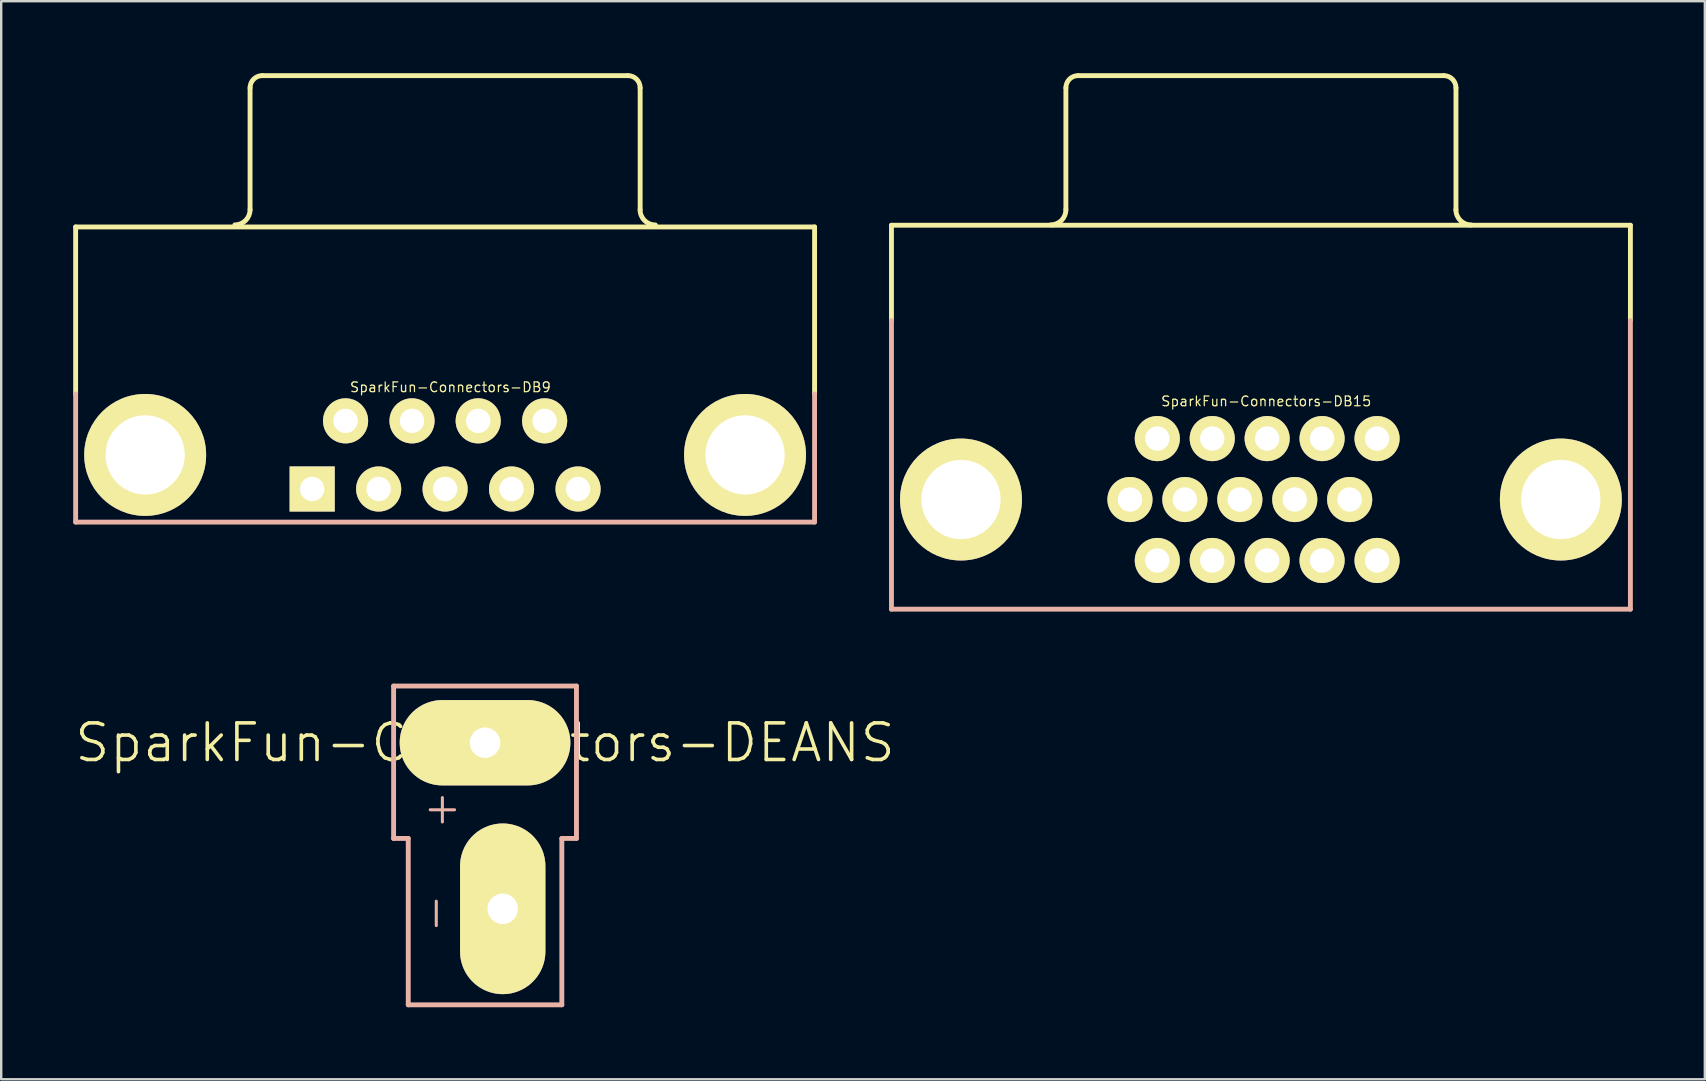
<source format=kicad_pcb>
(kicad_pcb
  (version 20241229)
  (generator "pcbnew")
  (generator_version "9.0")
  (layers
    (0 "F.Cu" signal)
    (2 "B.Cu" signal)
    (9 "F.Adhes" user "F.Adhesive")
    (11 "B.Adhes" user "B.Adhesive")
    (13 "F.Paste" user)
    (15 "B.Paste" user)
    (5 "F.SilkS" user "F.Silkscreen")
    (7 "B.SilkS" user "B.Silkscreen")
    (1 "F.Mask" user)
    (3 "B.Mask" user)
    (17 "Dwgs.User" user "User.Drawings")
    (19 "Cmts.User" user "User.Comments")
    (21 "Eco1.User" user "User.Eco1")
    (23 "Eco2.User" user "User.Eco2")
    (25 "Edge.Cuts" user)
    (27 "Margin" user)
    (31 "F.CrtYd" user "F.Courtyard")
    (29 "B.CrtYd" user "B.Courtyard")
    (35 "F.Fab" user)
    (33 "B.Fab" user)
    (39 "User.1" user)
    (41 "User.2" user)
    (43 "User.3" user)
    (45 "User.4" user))
  (footprint "SparkFun-Connectors-DEANS"
    (layer "F.Cu")
    (at 17.163 27.902)
    (property "Reference" "SparkFun-Connectors-DEANS" (at 0 0 0) (layer "F.SilkS") (effects (font (size 1.524 1.524) (thickness 0.15))))
    (attr exclude_from_pos_files exclude_from_bom)
    (fp_line (start -2.845 -0.686) (end 2.845 -0.686) (stroke (width 0.127) (type solid)) (layer "F.SilkS"))
    (fp_line (start -2.845 0.686) (end -2.845 -0.686) (stroke (width 0.127) (type solid)) (layer "F.SilkS"))
    (fp_line (start 0.051 4.064) (end 1.422 4.064) (stroke (width 0.127) (type solid)) (layer "F.SilkS"))
    (fp_line (start 0.051 9.754) (end 0.051 4.064) (stroke (width 0.127) (type solid)) (layer "F.SilkS"))
    (fp_line (start 0.051 9.754) (end 1.422 9.754) (stroke (width 0.127) (type solid)) (layer "F.SilkS"))
    (fp_line (start 1.422 4.064) (end 1.422 9.754) (stroke (width 0.127) (type solid)) (layer "F.SilkS"))
    (fp_line (start 2.845 0.686) (end -2.845 0.686) (stroke (width 0.127) (type solid)) (layer "F.SilkS"))
    (fp_line (start 2.845 0.686) (end 2.845 -0.686) (stroke (width 0.127) (type solid)) (layer "F.SilkS"))
    (fp_line (start -3.81 -2.362) (end 3.81 -2.362) (stroke (width 0.203) (type solid)) (layer "B.SilkS"))
    (fp_line (start -3.81 3.988) (end -3.81 -2.362) (stroke (width 0.203) (type solid)) (layer "B.SilkS"))
    (fp_line (start -3.81 3.988) (end -3.2 3.988) (stroke (width 0.203) (type solid)) (layer "B.SilkS"))
    (fp_line (start -3.2 10.922) (end -3.2 3.988) (stroke (width 0.203) (type solid)) (layer "B.SilkS"))
    (fp_line (start -3.2 10.922) (end 3.2 10.922) (stroke (width 0.203) (type solid)) (layer "B.SilkS"))
    (fp_line (start -2.286 2.794) (end -1.27 2.794) (stroke (width 0.127) (type solid)) (layer "B.SilkS"))
    (fp_line (start -2.032 7.62) (end -2.032 6.604) (stroke (width 0.127) (type solid)) (layer "B.SilkS"))
    (fp_line (start -1.778 2.286) (end -1.778 3.302) (stroke (width 0.127) (type solid)) (layer "B.SilkS"))
    (fp_line (start 3.2 3.988) (end 3.81 3.988) (stroke (width 0.203) (type solid)) (layer "B.SilkS"))
    (fp_line (start 3.2 10.922) (end 3.2 3.988) (stroke (width 0.203) (type solid)) (layer "B.SilkS"))
    (fp_line (start 3.81 3.988) (end 3.81 -2.362) (stroke (width 0.203) (type solid)) (layer "B.SilkS"))
    (pad "+" thru_hole oval (at 0 0 90) (size 3.556 7.112) (drill 1.27) (layers "*.Cu" "F.Mask" "F.SilkS" "F.Paste"))
    (pad "-" thru_hole oval (at 0.737 6.921 180) (size 3.556 7.112) (drill 1.27) (layers "*.Cu" "F.Mask" "F.SilkS" "F.Paste")))
  (footprint "SparkFun-Connectors-DB15"
    (layer "F.Cu")
    (at 49.497 12.687)
    (property "Reference" "SparkFun-Connectors-DB15" (at 0.221 0.986 0) (layer "F.SilkS") (effects (font (size 0.406 0.406) (thickness 0.051))))
    (attr exclude_from_pos_files exclude_from_bom)
    (fp_line (start -15.397 -6.35) (end 15.397 -6.35) (stroke (width 0.203) (type solid)) (layer "F.SilkS"))
    (fp_line (start -15.397 -2.38) (end -15.397 -6.35) (stroke (width 0.203) (type solid)) (layer "F.SilkS"))
    (fp_line (start -8.128 -6.998) (end -8.128 -12.078) (stroke (width 0.203) (type solid)) (layer "F.SilkS"))
    (fp_line (start -7.62 -12.586) (end 7.62 -12.586) (stroke (width 0.203) (type solid)) (layer "F.SilkS"))
    (fp_line (start 8.128 -6.998) (end 8.128 -12.078) (stroke (width 0.203) (type solid)) (layer "F.SilkS"))
    (fp_line (start 15.397 -2.38) (end 15.397 -6.35) (stroke (width 0.203) (type solid)) (layer "F.SilkS"))
    (fp_arc (start -8.128 -12.0777) (mid -7.97921 -12.43691) (end -7.62 -12.5857) (stroke (width 0.2032) (type solid)) (layer "F.SilkS"))
    (fp_arc (start -8.128 -6.9977) (mid -8.313243 -6.550483) (end -8.76046 -6.36524) (stroke (width 0.2032) (type solid)) (layer "F.SilkS"))
    (fp_arc (start 7.62 -12.5857) (mid 7.97921 -12.43691) (end 8.128 -12.0777) (stroke (width 0.2032) (type solid)) (layer "F.SilkS"))
    (fp_arc (start 8.76046 -6.3627) (mid 8.311447 -6.548687) (end 8.12546 -6.9977) (stroke (width 0.2032) (type solid)) (layer "F.SilkS"))
    (fp_line (start -15.397 9.649) (end -15.397 -2.38) (stroke (width 0.203) (type solid)) (layer "B.SilkS"))
    (fp_line (start -15.397 9.649) (end 15.397 9.649) (stroke (width 0.203) (type solid)) (layer "B.SilkS"))
    (fp_line (start 15.397 9.649) (end 15.397 -2.38) (stroke (width 0.203) (type solid)) (layer "B.SilkS"))
    (pad "1" thru_hole circle (at -4.318 7.62) (size 1.88 1.88) (drill 1.016) (layers "*.Cu" "F.Mask" "F.SilkS" "F.Paste"))
    (pad "2" thru_hole circle (at -2.029 7.62) (size 1.88 1.88) (drill 1.016) (layers "*.Cu" "F.Mask" "F.SilkS" "F.Paste"))
    (pad "3" thru_hole circle (at 0.259 7.62) (size 1.88 1.88) (drill 1.016) (layers "*.Cu" "F.Mask" "F.SilkS" "F.Paste"))
    (pad "4" thru_hole circle (at 2.548 7.62) (size 1.88 1.88) (drill 1.016) (layers "*.Cu" "F.Mask" "F.SilkS" "F.Paste"))
    (pad "5" thru_hole circle (at 4.839 7.62) (size 1.88 1.88) (drill 1.016) (layers "*.Cu" "F.Mask" "F.SilkS" "F.Paste"))
    (pad "6" thru_hole circle (at -5.458 5.08) (size 1.88 1.88) (drill 1.016) (layers "*.Cu" "F.Mask" "F.SilkS" "F.Paste"))
    (pad "7" thru_hole circle (at -3.17 5.08) (size 1.88 1.88) (drill 1.016) (layers "*.Cu" "F.Mask" "F.SilkS" "F.Paste"))
    (pad "8" thru_hole circle (at -0.879 5.08) (size 1.88 1.88) (drill 1.016) (layers "*.Cu" "F.Mask" "F.SilkS" "F.Paste"))
    (pad "9" thru_hole circle (at 1.41 5.08) (size 1.88 1.88) (drill 1.016) (layers "*.Cu" "F.Mask" "F.SilkS" "F.Paste"))
    (pad "10" thru_hole circle (at 3.698 5.08) (size 1.88 1.88) (drill 1.016) (layers "*.Cu" "F.Mask" "F.SilkS" "F.Paste"))
    (pad "11" thru_hole circle (at -4.318 2.54) (size 1.88 1.88) (drill 1.016) (layers "*.Cu" "F.Mask" "F.SilkS" "F.Paste"))
    (pad "12" thru_hole circle (at -2.029 2.54) (size 1.88 1.88) (drill 1.016) (layers "*.Cu" "F.Mask" "F.SilkS" "F.Paste"))
    (pad "13" thru_hole circle (at 0.259 2.54) (size 1.88 1.88) (drill 1.016) (layers "*.Cu" "F.Mask" "F.SilkS" "F.Paste"))
    (pad "14" thru_hole circle (at 2.548 2.54) (size 1.88 1.88) (drill 1.016) (layers "*.Cu" "F.Mask" "F.SilkS" "F.Paste"))
    (pad "15" thru_hole circle (at 4.839 2.54) (size 1.88 1.88) (drill 1.016) (layers "*.Cu" "F.Mask" "F.SilkS" "F.Paste"))
    (pad "G1" thru_hole circle (at -12.499 5.08) (size 5.08 5.08) (drill 3.302) (layers "*.Cu" "F.Mask" "F.SilkS" "F.Paste"))
    (pad "G2" thru_hole circle (at 12.499 5.08) (size 5.08 5.08) (drill 3.302) (layers "*.Cu" "F.Mask" "F.SilkS" "F.Paste")))
  (footprint "SparkFun-Connectors-DB9"
    (layer "F.Cu")
    (at 15.499 15.908)
    (property "Reference" "SparkFun-Connectors-DB9" (at 0.221 -2.822 0) (layer "F.SilkS") (effects (font (size 0.406 0.406) (thickness 0.051))))
    (attr exclude_from_pos_files exclude_from_bom)
    (fp_line (start -15.397 -9.5) (end 15.397 -9.5) (stroke (width 0.203) (type solid)) (layer "F.SilkS"))
    (fp_line (start -15.397 -2.543) (end -15.397 -9.5) (stroke (width 0.203) (type solid)) (layer "F.SilkS"))
    (fp_line (start -8.128 -10.218) (end -8.128 -15.298) (stroke (width 0.203) (type solid)) (layer "F.SilkS"))
    (fp_line (start -7.62 -15.806) (end 7.62 -15.806) (stroke (width 0.203) (type solid)) (layer "F.SilkS"))
    (fp_line (start 8.128 -10.218) (end 8.128 -15.298) (stroke (width 0.203) (type solid)) (layer "F.SilkS"))
    (fp_line (start 15.397 -2.54) (end 15.397 -9.5) (stroke (width 0.203) (type solid)) (layer "F.SilkS"))
    (fp_arc (start -8.128 -15.29842) (mid -7.97921 -15.65763) (end -7.62 -15.80642) (stroke (width 0.2032) (type solid)) (layer "F.SilkS"))
    (fp_arc (start -8.128 -10.21842) (mid -8.313243 -9.771203) (end -8.76046 -9.58596) (stroke (width 0.2032) (type solid)) (layer "F.SilkS"))
    (fp_arc (start 7.62 -15.80642) (mid 7.97921 -15.65763) (end 8.128 -15.29842) (stroke (width 0.2032) (type solid)) (layer "F.SilkS"))
    (fp_arc (start 8.76046 -9.58342) (mid 8.311447 -9.769407) (end 8.12546 -10.21842) (stroke (width 0.2032) (type solid)) (layer "F.SilkS"))
    (fp_line (start -15.397 2.799) (end -15.397 -2.54) (stroke (width 0.203) (type solid)) (layer "B.SilkS"))
    (fp_line (start -15.397 2.799) (end 15.397 2.799) (stroke (width 0.203) (type solid)) (layer "B.SilkS"))
    (fp_line (start 15.397 2.799) (end 15.397 -2.54) (stroke (width 0.203) (type solid)) (layer "B.SilkS"))
    (pad "1" thru_hole rect (at -5.54 1.42) (size 1.88 1.88) (drill 1.016) (layers "*.Cu" "F.Mask" "F.SilkS" "F.Paste"))
    (pad "2" thru_hole circle (at -2.769 1.42) (size 1.88 1.88) (drill 1.016) (layers "*.Cu" "F.Mask" "F.SilkS" "F.Paste"))
    (pad "3" thru_hole circle (at 0 1.42) (size 1.88 1.88) (drill 1.016) (layers "*.Cu" "F.Mask" "F.SilkS" "F.Paste"))
    (pad "4" thru_hole circle (at 2.769 1.42) (size 1.88 1.88) (drill 1.016) (layers "*.Cu" "F.Mask" "F.SilkS" "F.Paste"))
    (pad "5" thru_hole circle (at 5.54 1.42) (size 1.88 1.88) (drill 1.016) (layers "*.Cu" "F.Mask" "F.SilkS" "F.Paste"))
    (pad "6" thru_hole circle (at -4.148 -1.42) (size 1.88 1.88) (drill 1.016) (layers "*.Cu" "F.Mask" "F.SilkS" "F.Paste"))
    (pad "7" thru_hole circle (at -1.379 -1.42) (size 1.88 1.88) (drill 1.016) (layers "*.Cu" "F.Mask" "F.SilkS" "F.Paste"))
    (pad "8" thru_hole circle (at 1.379 -1.42) (size 1.88 1.88) (drill 1.016) (layers "*.Cu" "F.Mask" "F.SilkS" "F.Paste"))
    (pad "9" thru_hole circle (at 4.148 -1.42) (size 1.88 1.88) (drill 1.016) (layers "*.Cu" "F.Mask" "F.SilkS" "F.Paste"))
    (pad "G1" thru_hole circle (at -12.499 0) (size 5.08 5.08) (drill 3.302) (layers "*.Cu" "F.Mask" "F.SilkS" "F.Paste"))
    (pad "G2" thru_hole circle (at 12.499 0) (size 5.08 5.08) (drill 3.302) (layers "*.Cu" "F.Mask" "F.SilkS" "F.Paste")))
  (gr_rect
    (start -3 -3)
    (end 67.996 41.926)
    (stroke (width 0.1) (type default))
    (fill no)
    (layer "Edge.Cuts")))
</source>
